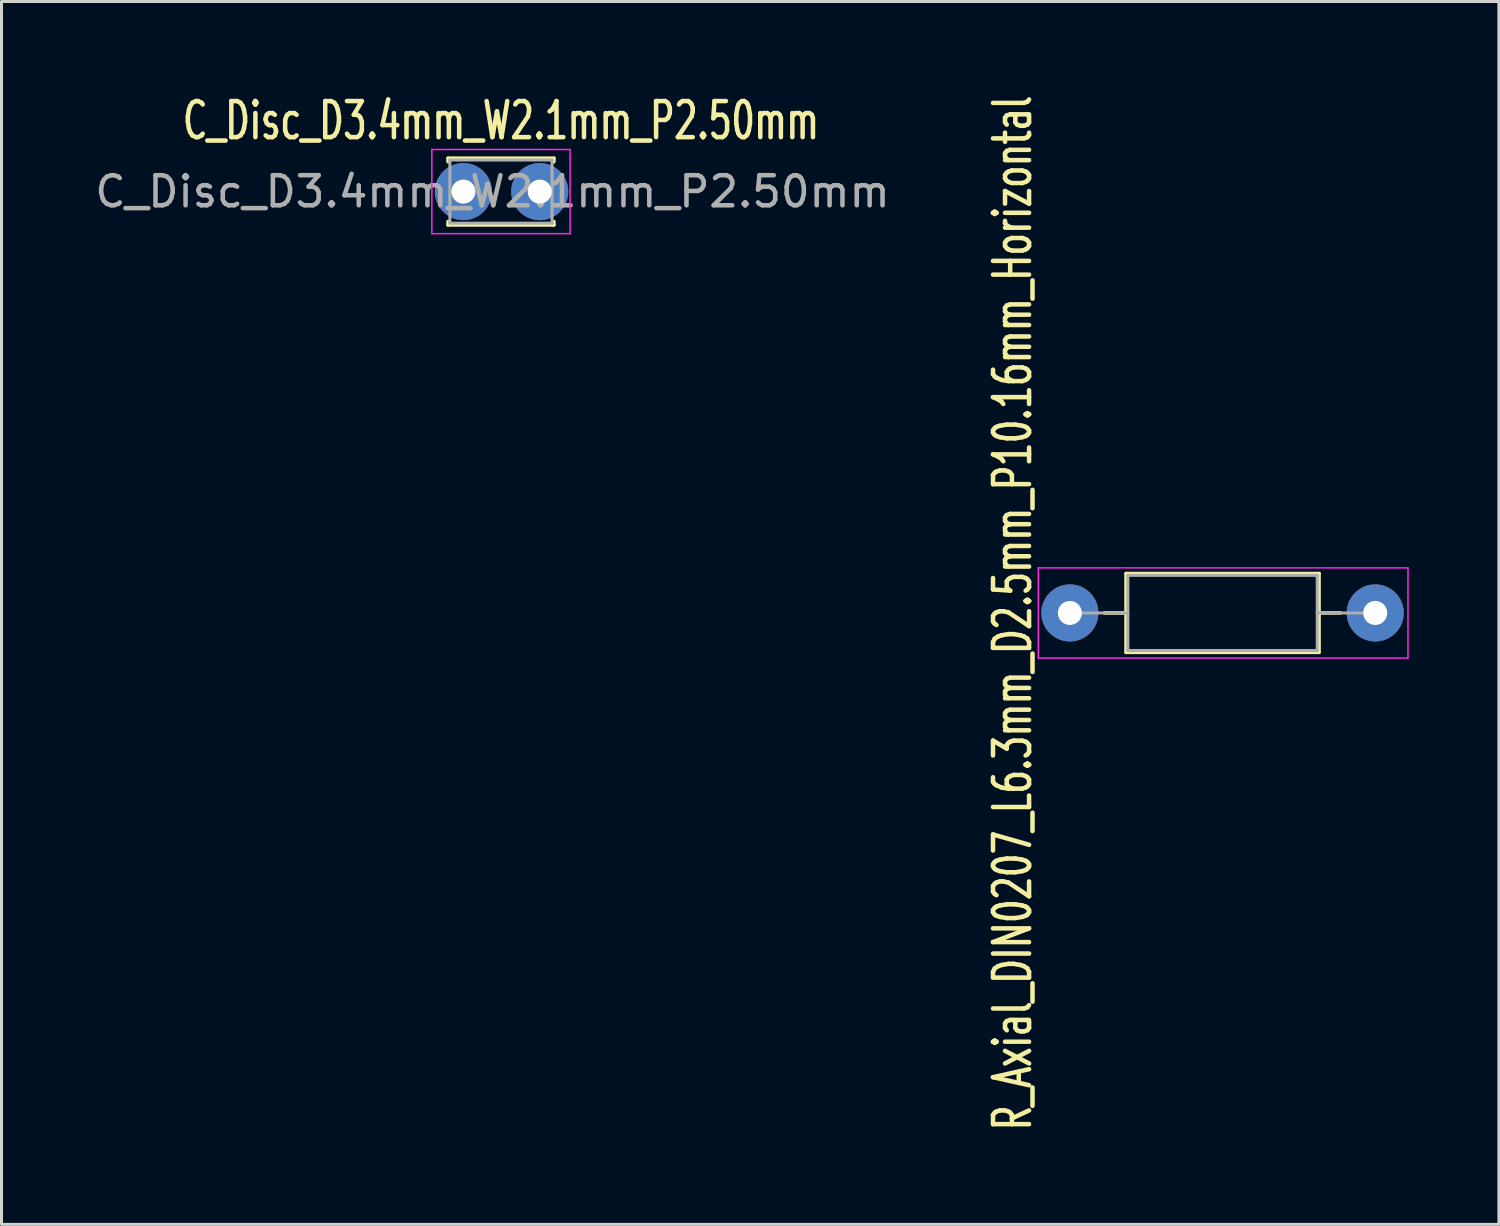
<source format=kicad_pcb>
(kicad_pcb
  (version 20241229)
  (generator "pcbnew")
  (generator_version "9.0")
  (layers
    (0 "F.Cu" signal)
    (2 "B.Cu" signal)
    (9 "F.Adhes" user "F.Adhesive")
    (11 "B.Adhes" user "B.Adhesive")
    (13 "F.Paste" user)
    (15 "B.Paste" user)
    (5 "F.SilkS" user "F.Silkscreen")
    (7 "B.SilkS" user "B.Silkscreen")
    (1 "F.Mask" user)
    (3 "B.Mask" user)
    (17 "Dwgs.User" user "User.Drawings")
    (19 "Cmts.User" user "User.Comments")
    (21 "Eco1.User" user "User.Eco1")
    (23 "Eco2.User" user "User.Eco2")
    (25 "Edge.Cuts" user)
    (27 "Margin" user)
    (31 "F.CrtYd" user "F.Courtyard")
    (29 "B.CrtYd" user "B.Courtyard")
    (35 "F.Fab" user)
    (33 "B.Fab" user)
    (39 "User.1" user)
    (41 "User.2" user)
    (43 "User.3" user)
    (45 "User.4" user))
  (footprint "C_Disc_D3.4mm_W2.1mm_P2.50mm"
    (layer "F.Cu")
    (at 12.369 3.325)
    (property "Reference" "C_Disc_D3.4mm_W2.1mm_P2.50mm" (at 1.25 -2.36 0) (layer "F.SilkS") (effects (font (size 1.2 0.8) (thickness 0.15))))
    (attr through_hole)
    (fp_line (start -0.51 -1.11) (end -0.51 -0.996) (stroke (width 0.12) (type solid)) (layer "F.SilkS"))
    (fp_line (start -0.51 -1.11) (end 3.01 -1.11) (stroke (width 0.12) (type solid)) (layer "F.SilkS"))
    (fp_line (start -0.51 0.996) (end -0.51 1.11) (stroke (width 0.12) (type solid)) (layer "F.SilkS"))
    (fp_line (start -0.51 1.11) (end 3.01 1.11) (stroke (width 0.12) (type solid)) (layer "F.SilkS"))
    (fp_line (start 3.01 -1.11) (end 3.01 -0.996) (stroke (width 0.12) (type solid)) (layer "F.SilkS"))
    (fp_line (start 3.01 0.996) (end 3.01 1.11) (stroke (width 0.12) (type solid)) (layer "F.SilkS"))
    (fp_line (start -1.05 -1.4) (end -1.05 1.4) (stroke (width 0.05) (type solid)) (layer "F.CrtYd"))
    (fp_line (start -1.05 1.4) (end 3.55 1.4) (stroke (width 0.05) (type solid)) (layer "F.CrtYd"))
    (fp_line (start 3.55 -1.4) (end -1.05 -1.4) (stroke (width 0.05) (type solid)) (layer "F.CrtYd"))
    (fp_line (start 3.55 1.4) (end 3.55 -1.4) (stroke (width 0.05) (type solid)) (layer "F.CrtYd"))
    (fp_line (start -0.45 -1.05) (end -0.45 1.05) (stroke (width 0.1) (type solid)) (layer "F.Fab"))
    (fp_line (start -0.45 1.05) (end 2.95 1.05) (stroke (width 0.1) (type solid)) (layer "F.Fab"))
    (fp_line (start 2.95 -1.05) (end -0.45 -1.05) (stroke (width 0.1) (type solid)) (layer "F.Fab"))
    (fp_line (start 2.95 1.05) (end 2.95 -1.05) (stroke (width 0.1) (type solid)) (layer "F.Fab"))
    (fp_text user "${REFERENCE}" (at 0.97 0 0) (layer "F.Fab") (effects (font (size 1 1) (thickness 0.15))))
    (pad "1" thru_hole circle (at 0 0) (size 1.9 1.9) (drill 0.8) (layers "*.Cu" "*.Mask"))
    (pad "2" thru_hole circle (at 2.54 0) (size 1.9 1.9) (drill 0.8) (layers "*.Cu" "*.Mask")))
  (footprint "R_Axial_DIN0207_L6.3mm_D2.5mm_P10.16mm_Horizontal"
    (layer "F.Cu")
    (at 32.549 17.345)
    (property "Reference" "R_Axial_DIN0207_L6.3mm_D2.5mm_P10.16mm_Horizontal" (at -1.905 0 90) (layer "F.SilkS") (effects (font (size 1.2 0.8) (thickness 0.15))))
    (attr through_hole)
    (fp_line (start 1.15 0) (end 1.87 0) (stroke (width 0.12) (type solid)) (layer "F.SilkS"))
    (fp_line (start 1.87 -1.31) (end 1.87 1.31) (stroke (width 0.12) (type solid)) (layer "F.SilkS"))
    (fp_line (start 1.87 1.31) (end 8.29 1.31) (stroke (width 0.12) (type solid)) (layer "F.SilkS"))
    (fp_line (start 8.29 -1.31) (end 1.87 -1.31) (stroke (width 0.12) (type solid)) (layer "F.SilkS"))
    (fp_line (start 8.29 1.31) (end 8.29 -1.31) (stroke (width 0.12) (type solid)) (layer "F.SilkS"))
    (fp_line (start 9 0) (end 8.29 0) (stroke (width 0.12) (type solid)) (layer "F.SilkS"))
    (fp_line (start -1.05 -1.5) (end -1.05 1.5) (stroke (width 0.05) (type solid)) (layer "F.CrtYd"))
    (fp_line (start -1.05 1.5) (end 11.25 1.5) (stroke (width 0.05) (type solid)) (layer "F.CrtYd"))
    (fp_line (start 11.25 -1.5) (end -1.05 -1.5) (stroke (width 0.05) (type solid)) (layer "F.CrtYd"))
    (fp_line (start 11.25 1.5) (end 11.25 -1.5) (stroke (width 0.05) (type solid)) (layer "F.CrtYd"))
    (fp_line (start 0 0) (end 1.93 0) (stroke (width 0.1) (type solid)) (layer "F.Fab"))
    (fp_line (start 1.93 -1.25) (end 1.93 1.25) (stroke (width 0.1) (type solid)) (layer "F.Fab"))
    (fp_line (start 1.93 1.25) (end 8.23 1.25) (stroke (width 0.1) (type solid)) (layer "F.Fab"))
    (fp_line (start 8.23 -1.25) (end 1.93 -1.25) (stroke (width 0.1) (type solid)) (layer "F.Fab"))
    (fp_line (start 8.23 1.25) (end 8.23 -1.25) (stroke (width 0.1) (type solid)) (layer "F.Fab"))
    (fp_line (start 10.16 0) (end 8.23 0) (stroke (width 0.1) (type solid)) (layer "F.Fab"))
    (pad "1" thru_hole circle (at 0 0) (size 1.9 1.9) (drill 0.8) (layers "*.Cu" "*.Mask"))
    (pad "2" thru_hole circle (at 10.16 0) (size 1.9 1.9) (drill 0.8) (layers "*.Cu" "*.Mask")))
  (gr_rect
    (start -3 -3)
    (end 46.824 37.69)
    (stroke (width 0.1) (type default))
    (fill no)
    (layer "Edge.Cuts")))
</source>
